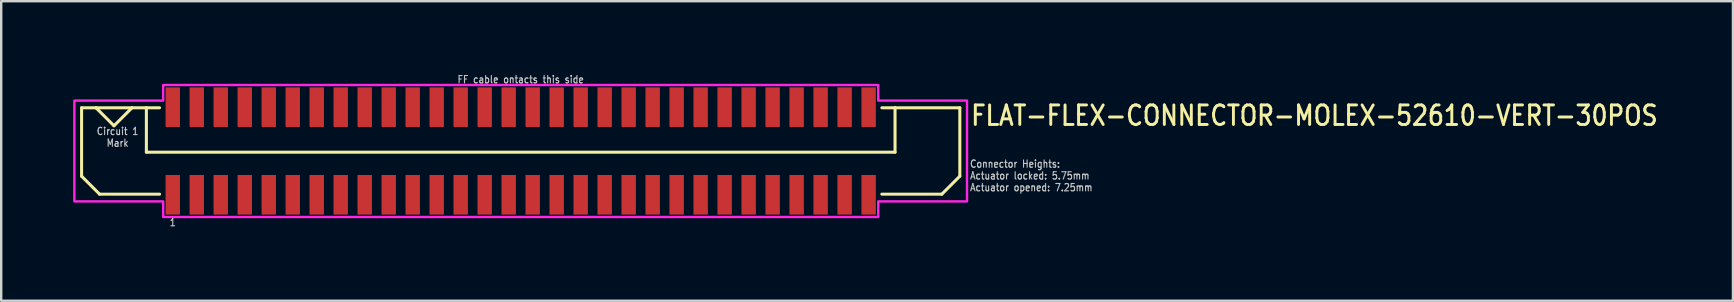
<source format=kicad_pcb>
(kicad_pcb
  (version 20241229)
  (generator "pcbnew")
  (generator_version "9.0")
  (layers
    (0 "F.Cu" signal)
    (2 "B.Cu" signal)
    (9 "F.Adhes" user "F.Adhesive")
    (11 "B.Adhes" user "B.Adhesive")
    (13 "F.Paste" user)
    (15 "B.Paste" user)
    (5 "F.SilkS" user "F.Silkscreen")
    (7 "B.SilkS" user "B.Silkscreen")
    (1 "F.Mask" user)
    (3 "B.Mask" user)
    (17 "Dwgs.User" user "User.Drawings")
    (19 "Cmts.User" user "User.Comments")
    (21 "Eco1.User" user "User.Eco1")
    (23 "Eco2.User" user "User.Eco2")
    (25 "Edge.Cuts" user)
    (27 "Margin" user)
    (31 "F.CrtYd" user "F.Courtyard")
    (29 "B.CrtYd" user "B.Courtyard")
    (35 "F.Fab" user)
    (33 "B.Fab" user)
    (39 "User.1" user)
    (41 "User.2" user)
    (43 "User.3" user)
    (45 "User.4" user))
  (footprint "FLAT-FLEX-CONNECTOR-MOLEX-52610-VERT-30POS"
    (layer "F.Cu")
    (at 18.65 3.242)
    (property "Reference" "FLAT-FLEX-CONNECTOR-MOLEX-52610-VERT-30POS" (at 18.7 -1 0) (unlocked yes) (layer "F.SilkS") (effects (font (size 0.813 0.695) (thickness 0.122)) (justify left bottom)))
    (fp_line (start -18.3 -1.8) (end -18.3 1.05) (stroke (width 0.127) (type solid)) (layer "F.SilkS"))
    (fp_line (start -18.3 1.05) (end -17.55 1.8) (stroke (width 0.127) (type solid)) (layer "F.SilkS"))
    (fp_line (start -17.7 -1.8) (end -18.3 -1.8) (stroke (width 0.127) (type solid)) (layer "F.SilkS"))
    (fp_line (start -17.7 -1.8) (end -16.95 -1.05) (stroke (width 0.127) (type solid)) (layer "F.SilkS"))
    (fp_line (start -17.55 1.8) (end -15.05 1.8) (stroke (width 0.127) (type solid)) (layer "F.SilkS"))
    (fp_line (start -16.95 -1.05) (end -16.2 -1.8) (stroke (width 0.127) (type solid)) (layer "F.SilkS"))
    (fp_line (start -16.2 -1.8) (end -17.7 -1.8) (stroke (width 0.127) (type solid)) (layer "F.SilkS"))
    (fp_line (start -15.6 -1.8) (end -16.2 -1.8) (stroke (width 0.127) (type solid)) (layer "F.SilkS"))
    (fp_line (start -15.6 -1.8) (end -15.6 0.05) (stroke (width 0.127) (type solid)) (layer "F.SilkS"))
    (fp_line (start -15.6 0.05) (end 15.6 0.05) (stroke (width 0.127) (type solid)) (layer "F.SilkS"))
    (fp_line (start -15.05 -1.8) (end -15.6 -1.8) (stroke (width 0.127) (type solid)) (layer "F.SilkS"))
    (fp_line (start 15.05 -1.8) (end 15.6 -1.8) (stroke (width 0.127) (type solid)) (layer "F.SilkS"))
    (fp_line (start 15.6 -1.8) (end 18.3 -1.8) (stroke (width 0.127) (type solid)) (layer "F.SilkS"))
    (fp_line (start 15.6 0.05) (end 15.6 -1.8) (stroke (width 0.127) (type solid)) (layer "F.SilkS"))
    (fp_line (start 17.55 1.8) (end 15.05 1.8) (stroke (width 0.127) (type solid)) (layer "F.SilkS"))
    (fp_line (start 18.3 -1.8) (end 18.3 1.05) (stroke (width 0.127) (type solid)) (layer "F.SilkS"))
    (fp_line (start 18.3 1.05) (end 17.55 1.8) (stroke (width 0.127) (type solid)) (layer "F.SilkS"))
    (fp_poly (pts (xy -18.6 -2.1) (xy -14.9 -2.1) (xy -14.9 -2.75) (xy 14.9 -2.75) (xy 14.9 -2.1) (xy 18.6 -2.1) (xy 18.6 2.1) (xy 14.9 2.1) (xy 14.9 2.75) (xy -14.9 2.75) (xy -14.9 2.1) (xy -18.6 2.1)) (stroke (width 0.1) (type solid)) (fill no) (layer "F.CrtYd"))
    (fp_text user "Circuit 1\nMark" (at -16.8 -1 0) (unlocked yes) (layer "Dwgs.User") (effects (font (size 0.305 0.261) (thickness 0.046)) (justify top)))
    (fp_text user "1" (at -14.5 2.8 0) (unlocked yes) (layer "Dwgs.User") (effects (font (size 0.305 0.261) (thickness 0.046)) (justify top)))
    (fp_text user "Connector Heights:\nActuator locked: 5.75mm\nActuator opened: 7.25mm" (at 18.7 1.7 0) (unlocked yes) (layer "Dwgs.User") (effects (font (size 0.305 0.261) (thickness 0.046)) (justify left bottom)))
    (fp_text user "FF cable ontacts this side" (at 0 -2.8 0) (unlocked yes) (layer "Dwgs.User") (effects (font (size 0.305 0.261) (thickness 0.046)) (justify bottom)))
    (pad "PC1" smd rect (at -14.5 -1.825) (size 0.6 1.65) (layers "F.Cu" "F.Mask" "F.Paste"))
    (pad "PC2" smd rect (at -13.5 -1.825) (size 0.6 1.65) (layers "F.Cu" "F.Mask" "F.Paste"))
    (pad "PC3" smd rect (at -12.5 -1.825) (size 0.6 1.65) (layers "F.Cu" "F.Mask" "F.Paste"))
    (pad "PC4" smd rect (at -11.5 -1.825) (size 0.6 1.65) (layers "F.Cu" "F.Mask" "F.Paste"))
    (pad "PC5" smd rect (at -10.5 -1.825) (size 0.6 1.65) (layers "F.Cu" "F.Mask" "F.Paste"))
    (pad "PC6" smd rect (at -9.5 -1.825) (size 0.6 1.65) (layers "F.Cu" "F.Mask" "F.Paste"))
    (pad "PC7" smd rect (at -8.5 -1.825) (size 0.6 1.65) (layers "F.Cu" "F.Mask" "F.Paste"))
    (pad "PC8" smd rect (at -7.5 -1.825) (size 0.6 1.65) (layers "F.Cu" "F.Mask" "F.Paste"))
    (pad "PC9" smd rect (at -6.5 -1.825) (size 0.6 1.65) (layers "F.Cu" "F.Mask" "F.Paste"))
    (pad "PC10" smd rect (at -5.5 -1.825) (size 0.6 1.65) (layers "F.Cu" "F.Mask" "F.Paste"))
    (pad "PC11" smd rect (at -4.5 -1.825) (size 0.6 1.65) (layers "F.Cu" "F.Mask" "F.Paste"))
    (pad "PC12" smd rect (at -3.5 -1.825) (size 0.6 1.65) (layers "F.Cu" "F.Mask" "F.Paste"))
    (pad "PC13" smd rect (at -2.5 -1.825) (size 0.6 1.65) (layers "F.Cu" "F.Mask" "F.Paste"))
    (pad "PC14" smd rect (at -1.5 -1.825) (size 0.6 1.65) (layers "F.Cu" "F.Mask" "F.Paste"))
    (pad "PC15" smd rect (at -0.5 -1.825) (size 0.6 1.65) (layers "F.Cu" "F.Mask" "F.Paste"))
    (pad "PC16" smd rect (at 0.5 -1.825) (size 0.6 1.65) (layers "F.Cu" "F.Mask" "F.Paste"))
    (pad "PC17" smd rect (at 1.5 -1.825) (size 0.6 1.65) (layers "F.Cu" "F.Mask" "F.Paste"))
    (pad "PC18" smd rect (at 2.5 -1.825) (size 0.6 1.65) (layers "F.Cu" "F.Mask" "F.Paste"))
    (pad "PC19" smd rect (at 3.5 -1.825) (size 0.6 1.65) (layers "F.Cu" "F.Mask" "F.Paste"))
    (pad "PC20" smd rect (at 4.5 -1.825) (size 0.6 1.65) (layers "F.Cu" "F.Mask" "F.Paste"))
    (pad "PC21" smd rect (at 5.5 -1.825) (size 0.6 1.65) (layers "F.Cu" "F.Mask" "F.Paste"))
    (pad "PC22" smd rect (at 6.5 -1.825) (size 0.6 1.65) (layers "F.Cu" "F.Mask" "F.Paste"))
    (pad "PC23" smd rect (at 7.5 -1.825) (size 0.6 1.65) (layers "F.Cu" "F.Mask" "F.Paste"))
    (pad "PC24" smd rect (at 8.5 -1.825) (size 0.6 1.65) (layers "F.Cu" "F.Mask" "F.Paste"))
    (pad "PC25" smd rect (at 9.5 -1.825) (size 0.6 1.65) (layers "F.Cu" "F.Mask" "F.Paste"))
    (pad "PC26" smd rect (at 10.5 -1.825) (size 0.6 1.65) (layers "F.Cu" "F.Mask" "F.Paste"))
    (pad "PC27" smd rect (at 11.5 -1.825) (size 0.6 1.65) (layers "F.Cu" "F.Mask" "F.Paste"))
    (pad "PC28" smd rect (at 12.5 -1.825) (size 0.6 1.65) (layers "F.Cu" "F.Mask" "F.Paste"))
    (pad "PC29" smd rect (at 13.5 -1.825) (size 0.6 1.65) (layers "F.Cu" "F.Mask" "F.Paste"))
    (pad "PC30" smd rect (at 14.5 -1.825) (size 0.6 1.65) (layers "F.Cu" "F.Mask" "F.Paste"))
    (pad "PS1" smd rect (at -14.5 1.825) (size 0.6 1.65) (layers "F.Cu" "F.Mask" "F.Paste"))
    (pad "PS2" smd rect (at -13.5 1.825) (size 0.6 1.65) (layers "F.Cu" "F.Mask" "F.Paste"))
    (pad "PS3" smd rect (at -12.5 1.825) (size 0.6 1.65) (layers "F.Cu" "F.Mask" "F.Paste"))
    (pad "PS4" smd rect (at -11.5 1.825) (size 0.6 1.65) (layers "F.Cu" "F.Mask" "F.Paste"))
    (pad "PS5" smd rect (at -10.5 1.825) (size 0.6 1.65) (layers "F.Cu" "F.Mask" "F.Paste"))
    (pad "PS6" smd rect (at -9.5 1.825) (size 0.6 1.65) (layers "F.Cu" "F.Mask" "F.Paste"))
    (pad "PS7" smd rect (at -8.5 1.825) (size 0.6 1.65) (layers "F.Cu" "F.Mask" "F.Paste"))
    (pad "PS8" smd rect (at -7.5 1.825) (size 0.6 1.65) (layers "F.Cu" "F.Mask" "F.Paste"))
    (pad "PS9" smd rect (at -6.5 1.825) (size 0.6 1.65) (layers "F.Cu" "F.Mask" "F.Paste"))
    (pad "PS10" smd rect (at -5.5 1.825) (size 0.6 1.65) (layers "F.Cu" "F.Mask" "F.Paste"))
    (pad "PS11" smd rect (at -4.5 1.825) (size 0.6 1.65) (layers "F.Cu" "F.Mask" "F.Paste"))
    (pad "PS12" smd rect (at -3.5 1.825) (size 0.6 1.65) (layers "F.Cu" "F.Mask" "F.Paste"))
    (pad "PS13" smd rect (at -2.5 1.825) (size 0.6 1.65) (layers "F.Cu" "F.Mask" "F.Paste"))
    (pad "PS14" smd rect (at -1.5 1.825) (size 0.6 1.65) (layers "F.Cu" "F.Mask" "F.Paste"))
    (pad "PS15" smd rect (at -0.5 1.825) (size 0.6 1.65) (layers "F.Cu" "F.Mask" "F.Paste"))
    (pad "PS16" smd rect (at 0.5 1.825) (size 0.6 1.65) (layers "F.Cu" "F.Mask" "F.Paste"))
    (pad "PS17" smd rect (at 1.5 1.825) (size 0.6 1.65) (layers "F.Cu" "F.Mask" "F.Paste"))
    (pad "PS18" smd rect (at 2.5 1.825) (size 0.6 1.65) (layers "F.Cu" "F.Mask" "F.Paste"))
    (pad "PS19" smd rect (at 3.5 1.825) (size 0.6 1.65) (layers "F.Cu" "F.Mask" "F.Paste"))
    (pad "PS20" smd rect (at 4.5 1.825) (size 0.6 1.65) (layers "F.Cu" "F.Mask" "F.Paste"))
    (pad "PS21" smd rect (at 5.5 1.825) (size 0.6 1.65) (layers "F.Cu" "F.Mask" "F.Paste"))
    (pad "PS22" smd rect (at 6.5 1.825) (size 0.6 1.65) (layers "F.Cu" "F.Mask" "F.Paste"))
    (pad "PS23" smd rect (at 7.5 1.825) (size 0.6 1.65) (layers "F.Cu" "F.Mask" "F.Paste"))
    (pad "PS24" smd rect (at 8.5 1.825) (size 0.6 1.65) (layers "F.Cu" "F.Mask" "F.Paste"))
    (pad "PS25" smd rect (at 9.5 1.825) (size 0.6 1.65) (layers "F.Cu" "F.Mask" "F.Paste"))
    (pad "PS26" smd rect (at 10.5 1.825) (size 0.6 1.65) (layers "F.Cu" "F.Mask" "F.Paste"))
    (pad "PS27" smd rect (at 11.5 1.825) (size 0.6 1.65) (layers "F.Cu" "F.Mask" "F.Paste"))
    (pad "PS28" smd rect (at 12.5 1.825) (size 0.6 1.65) (layers "F.Cu" "F.Mask" "F.Paste"))
    (pad "PS29" smd rect (at 13.5 1.825) (size 0.6 1.65) (layers "F.Cu" "F.Mask" "F.Paste"))
    (pad "PS30" smd rect (at 14.5 1.825) (size 0.6 1.65) (layers "F.Cu" "F.Mask" "F.Paste")))
  (gr_rect
    (start -3 -3)
    (end 69.169 9.484)
    (stroke (width 0.1) (type default))
    (fill no)
    (layer "Edge.Cuts")))
</source>
